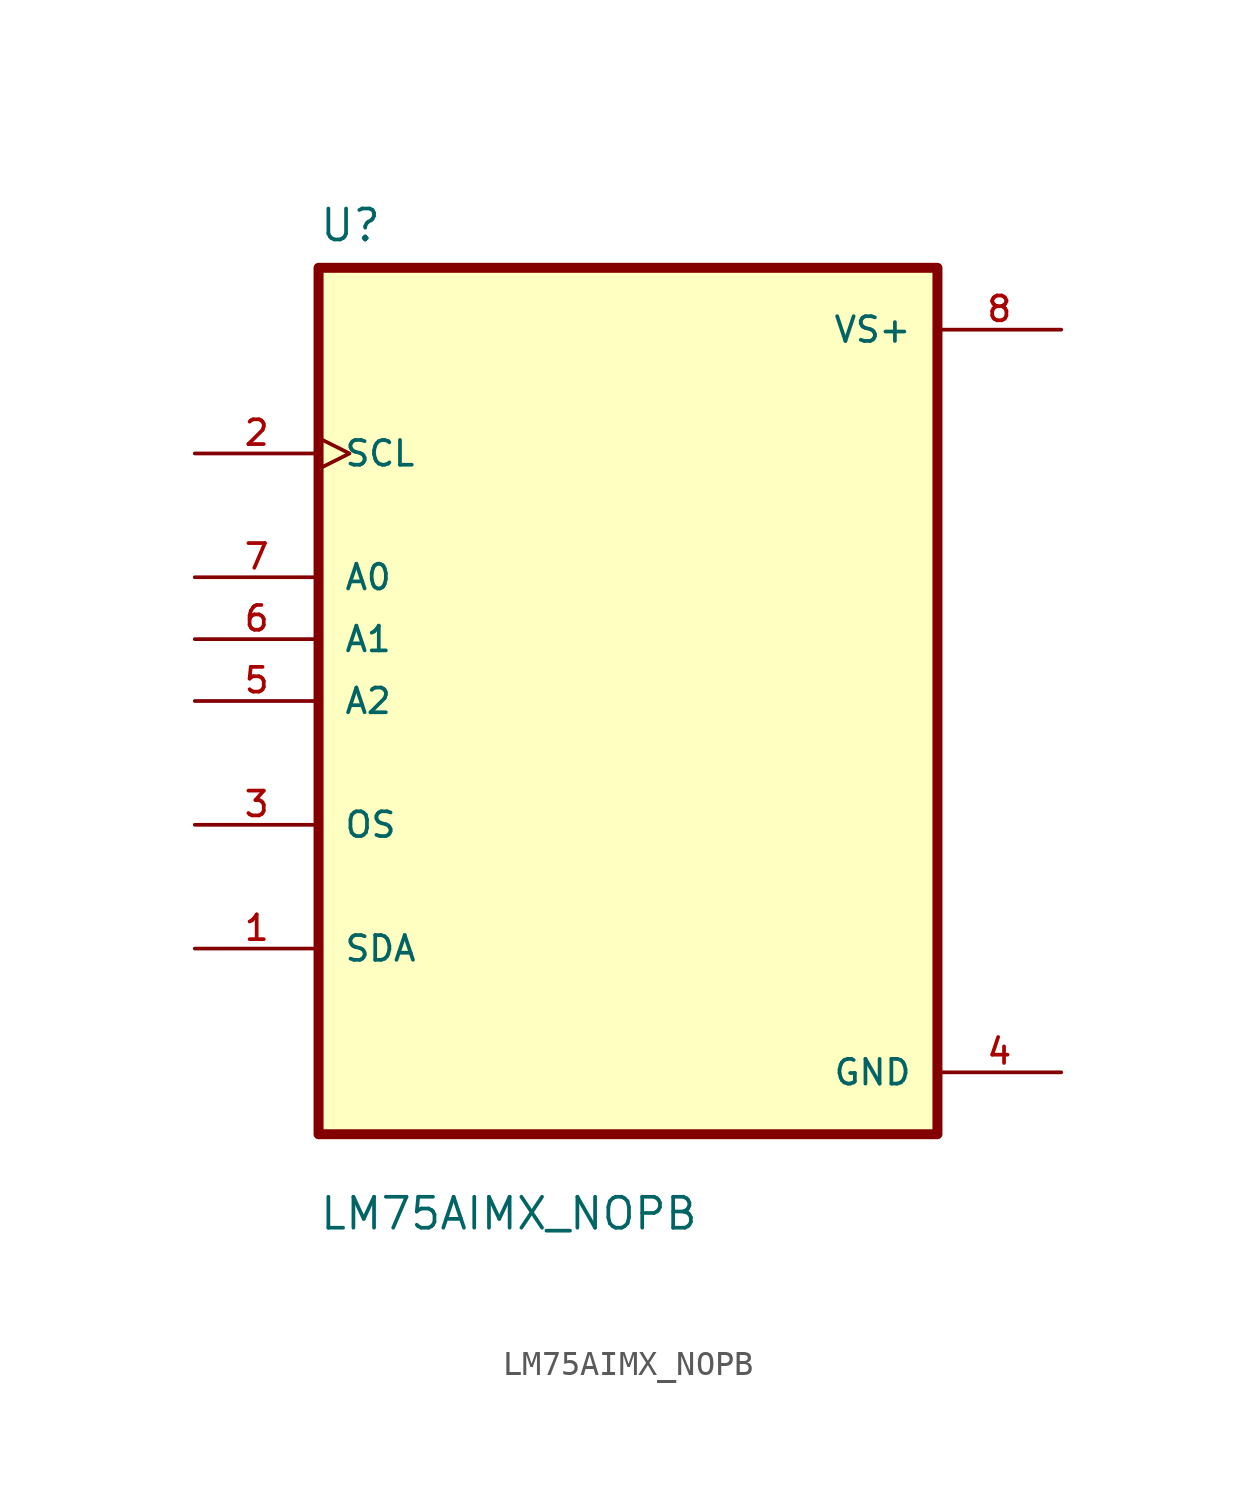
<source format=kicad_sym>
(kicad_symbol_lib
  (version 20211014)
  (generator kicad_symbol_editor)
  (symbol "LM75AIMX_NOPB"
    (pin_names
      (offset 1.016))
    (property "Reference" "U"
      (at -12.7 18.78 0.0)
      (effects (font (size 1.27 1.27)) (justify bottom left)))
    (property "Value" "LM75AIMX_NOPB"
      (at -12.7 -21.78 0.0)
      (effects (font (size 1.27 1.27)) (justify bottom left)))
    (symbol "LM75AIMX_NOPB_0_0"
      (rectangle (start -12.7 -17.78) (end 12.7 17.78) (stroke (width 0.41)) (fill (type background)))
      (pin input clock (at -17.78 10.16 0) (length 5.08) (name "SCL" (effects (font (size 1.016 1.016)))) (number "2" (effects (font (size 1.016 1.016)))))
      (pin bidirectional line (at -17.78 5.08 0) (length 5.08) (name "A0" (effects (font (size 1.016 1.016)))) (number "7" (effects (font (size 1.016 1.016)))))
      (pin bidirectional line (at -17.78 2.54 0) (length 5.08) (name "A1" (effects (font (size 1.016 1.016)))) (number "6" (effects (font (size 1.016 1.016)))))
      (pin bidirectional line (at -17.78 0.0 0) (length 5.08) (name "A2" (effects (font (size 1.016 1.016)))) (number "5" (effects (font (size 1.016 1.016)))))
      (pin bidirectional line (at -17.78 -5.08 0) (length 5.08) (name "OS" (effects (font (size 1.016 1.016)))) (number "3" (effects (font (size 1.016 1.016)))))
      (pin bidirectional line (at -17.78 -10.16 0) (length 5.08) (name "SDA" (effects (font (size 1.016 1.016)))) (number "1" (effects (font (size 1.016 1.016)))))
      (pin power_in line (at 17.78 15.24 180.0) (length 5.08) (name "VS+" (effects (font (size 1.016 1.016)))) (number "8" (effects (font (size 1.016 1.016)))))
      (pin power_in line (at 17.78 -15.24 180.0) (length 5.08) (name "GND" (effects (font (size 1.016 1.016)))) (number "4" (effects (font (size 1.016 1.016))))))))
</source>
